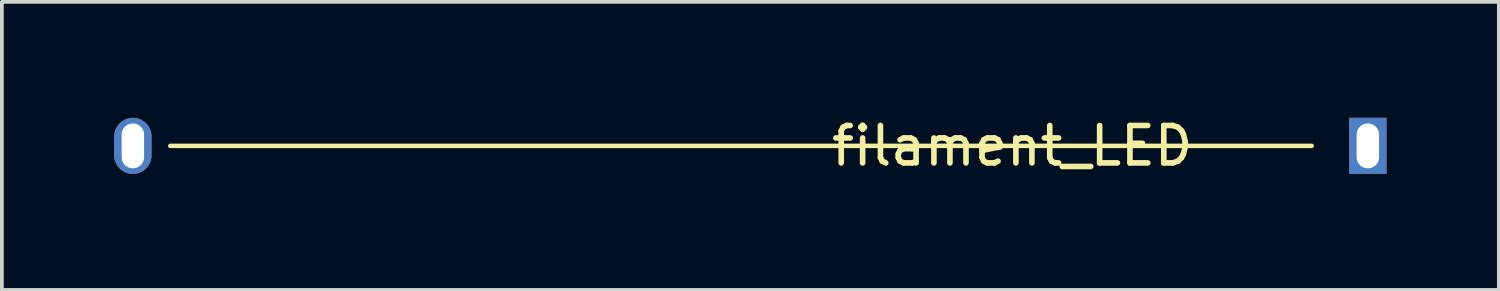
<source format=kicad_pcb>
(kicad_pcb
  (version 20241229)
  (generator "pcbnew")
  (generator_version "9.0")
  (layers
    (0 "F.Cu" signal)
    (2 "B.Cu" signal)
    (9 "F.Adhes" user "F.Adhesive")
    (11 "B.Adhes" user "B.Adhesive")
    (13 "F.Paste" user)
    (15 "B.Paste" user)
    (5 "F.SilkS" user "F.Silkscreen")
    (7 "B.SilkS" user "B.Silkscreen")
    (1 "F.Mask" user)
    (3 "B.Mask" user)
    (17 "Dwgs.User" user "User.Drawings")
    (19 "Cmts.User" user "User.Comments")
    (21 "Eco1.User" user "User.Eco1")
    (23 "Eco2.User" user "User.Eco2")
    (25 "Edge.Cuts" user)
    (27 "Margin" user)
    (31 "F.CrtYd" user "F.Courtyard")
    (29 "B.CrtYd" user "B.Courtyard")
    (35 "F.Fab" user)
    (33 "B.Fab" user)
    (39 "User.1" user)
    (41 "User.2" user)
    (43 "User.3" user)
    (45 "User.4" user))
  (footprint "filament_LED"
    (layer "F.Cu")
    (at 17 0.848)
    (property "Reference" "filament_LED" (at 7 0 0) (layer "F.SilkS") (effects (font (size 1 1) (thickness 0.15))))
    (attr through_hole)
    (fp_line (start 15 0) (end -15.5 0) (stroke (width 0.12) (type solid)) (layer "F.SilkS"))
    (pad "1" thru_hole rect (at 16.5 0 90) (size 1.5 1) (drill oval 1.2 0.6) (layers "*.Cu" "*.Mask"))
    (pad "2" thru_hole oval (at -16.5 0 90) (size 1.5 1) (drill oval 1.2 0.6) (layers "*.Cu" "*.Mask")))
  (gr_rect
    (start -3 -3)
    (end 37 4.697)
    (stroke (width 0.1) (type default))
    (fill no)
    (layer "Edge.Cuts")))
</source>
